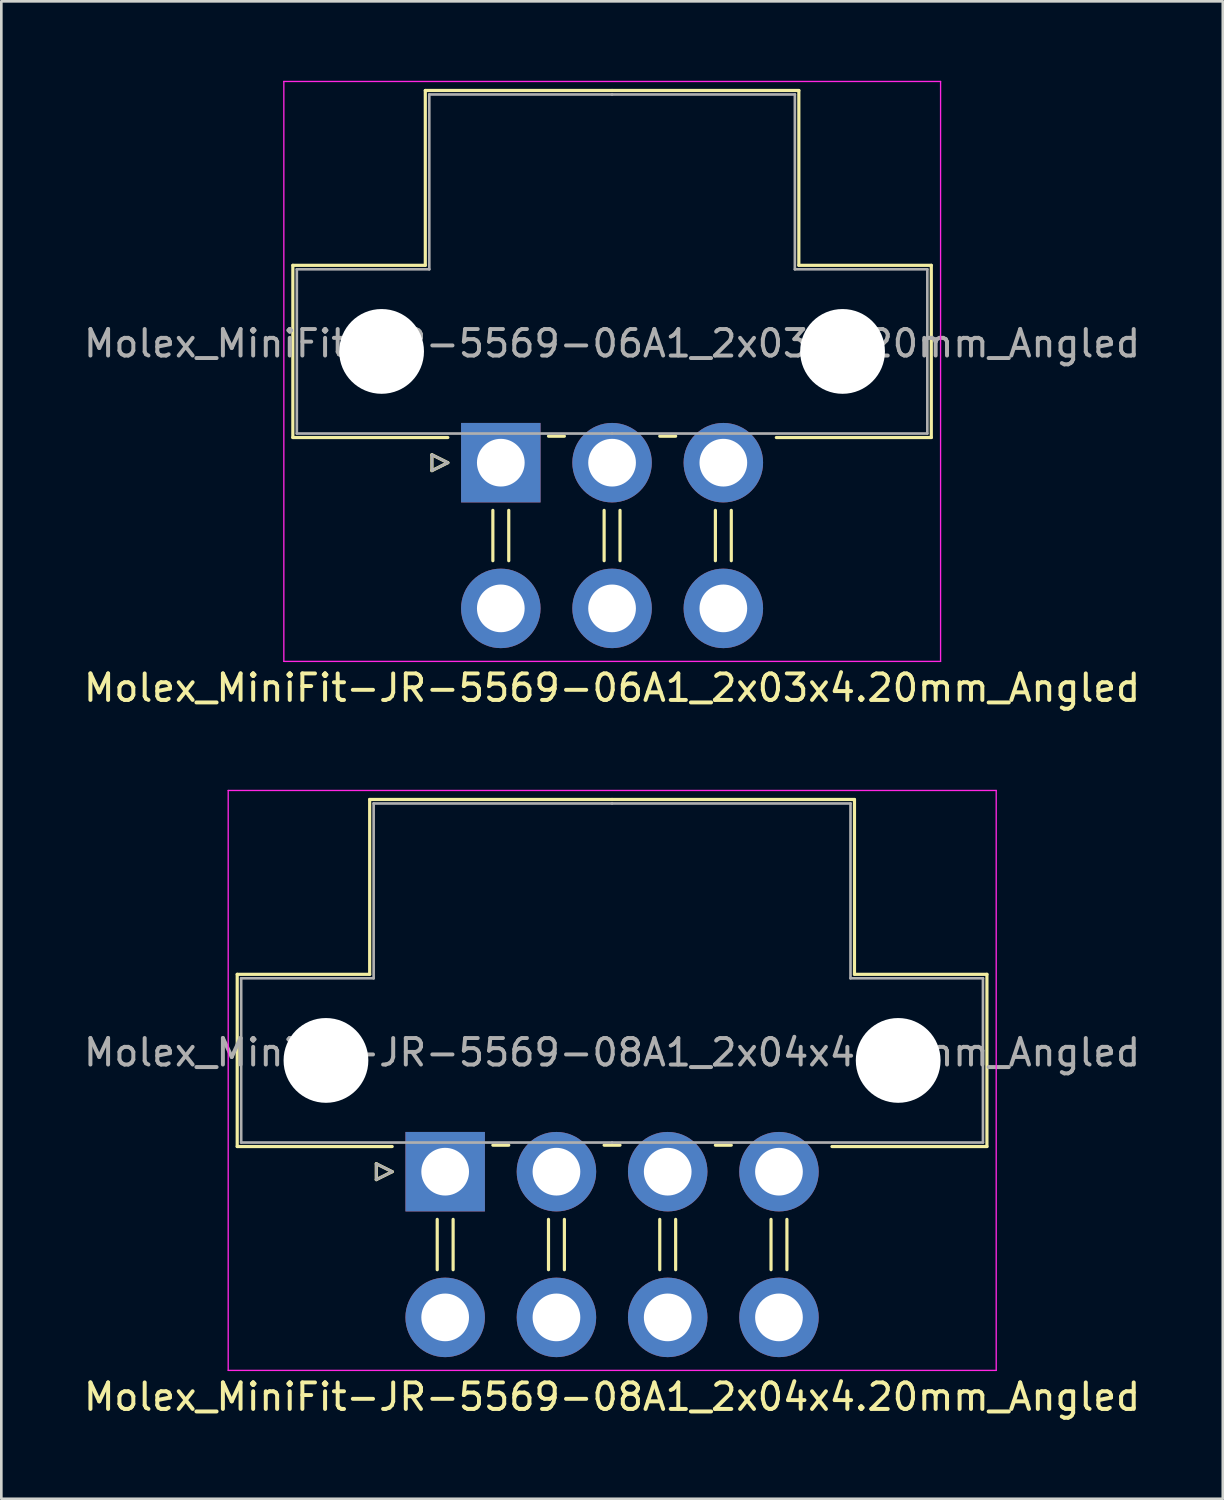
<source format=kicad_pcb>
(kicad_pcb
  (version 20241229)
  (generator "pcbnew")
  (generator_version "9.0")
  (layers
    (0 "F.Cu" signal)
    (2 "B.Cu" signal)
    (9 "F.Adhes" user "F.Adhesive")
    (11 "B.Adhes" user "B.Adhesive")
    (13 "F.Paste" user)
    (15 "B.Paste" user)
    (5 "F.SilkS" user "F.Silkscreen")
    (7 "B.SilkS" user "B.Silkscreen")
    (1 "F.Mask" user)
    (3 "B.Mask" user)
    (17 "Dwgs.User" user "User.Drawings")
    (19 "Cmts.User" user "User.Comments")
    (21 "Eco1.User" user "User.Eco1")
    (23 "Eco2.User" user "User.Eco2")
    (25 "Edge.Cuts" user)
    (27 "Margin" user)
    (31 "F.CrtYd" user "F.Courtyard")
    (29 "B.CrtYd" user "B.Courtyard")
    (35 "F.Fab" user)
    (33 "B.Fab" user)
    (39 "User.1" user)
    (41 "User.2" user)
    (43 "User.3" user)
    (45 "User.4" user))
  (footprint "Molex_MiniFit-JR-5569-06A1_2x03x4.20mm_Angled"
    (layer "F.Cu")
    (at 15.854 14.415)
    (property "Reference" "Molex_MiniFit-JR-5569-06A1_2x03x4.20mm_Angled" (at 4.2 8.5 0) (layer "F.SilkS") (effects (font (size 1 1) (thickness 0.15))))
    (attr through_hole)
    (fp_line (start -7.85 -7.45) (end -7.85 -0.95) (stroke (width 0.12) (type solid)) (layer "F.SilkS"))
    (fp_line (start -7.85 -0.95) (end -2 -0.95) (stroke (width 0.12) (type solid)) (layer "F.SilkS"))
    (fp_line (start -2.85 -14.05) (end -2.85 -7.45) (stroke (width 0.12) (type solid)) (layer "F.SilkS"))
    (fp_line (start -2.85 -7.45) (end -7.85 -7.45) (stroke (width 0.12) (type solid)) (layer "F.SilkS"))
    (fp_line (start -2.6 -0.3) (end -2 0) (stroke (width 0.12) (type solid)) (layer "F.SilkS"))
    (fp_line (start -2.6 0.3) (end -2.6 -0.3) (stroke (width 0.12) (type solid)) (layer "F.SilkS"))
    (fp_line (start -2 0) (end -2.6 0.3) (stroke (width 0.12) (type solid)) (layer "F.SilkS"))
    (fp_line (start -0.3 1.8) (end -0.3 3.7) (stroke (width 0.12) (type solid)) (layer "F.SilkS"))
    (fp_line (start 0.3 1.8) (end 0.3 3.7) (stroke (width 0.12) (type solid)) (layer "F.SilkS"))
    (fp_line (start 1.8 -1) (end 2.4 -1) (stroke (width 0.12) (type solid)) (layer "F.SilkS"))
    (fp_line (start 3.9 1.8) (end 3.9 3.7) (stroke (width 0.12) (type solid)) (layer "F.SilkS"))
    (fp_line (start 4.2 -14.05) (end -2.85 -14.05) (stroke (width 0.12) (type solid)) (layer "F.SilkS"))
    (fp_line (start 4.2 -14.05) (end 11.25 -14.05) (stroke (width 0.12) (type solid)) (layer "F.SilkS"))
    (fp_line (start 4.5 1.8) (end 4.5 3.7) (stroke (width 0.12) (type solid)) (layer "F.SilkS"))
    (fp_line (start 6 -1) (end 6.6 -1) (stroke (width 0.12) (type solid)) (layer "F.SilkS"))
    (fp_line (start 8.1 1.8) (end 8.1 3.7) (stroke (width 0.12) (type solid)) (layer "F.SilkS"))
    (fp_line (start 8.7 1.8) (end 8.7 3.7) (stroke (width 0.12) (type solid)) (layer "F.SilkS"))
    (fp_line (start 11.25 -14.05) (end 11.25 -7.45) (stroke (width 0.12) (type solid)) (layer "F.SilkS"))
    (fp_line (start 11.25 -7.45) (end 16.25 -7.45) (stroke (width 0.12) (type solid)) (layer "F.SilkS"))
    (fp_line (start 16.25 -7.45) (end 16.25 -0.95) (stroke (width 0.12) (type solid)) (layer "F.SilkS"))
    (fp_line (start 16.25 -0.95) (end 10.4 -0.95) (stroke (width 0.12) (type solid)) (layer "F.SilkS"))
    (fp_line (start -8.19 -14.39) (end -8.19 7.5) (stroke (width 0.05) (type solid)) (layer "F.CrtYd"))
    (fp_line (start -8.19 7.5) (end 16.6 7.5) (stroke (width 0.05) (type solid)) (layer "F.CrtYd"))
    (fp_line (start 16.6 -14.39) (end -8.19 -14.39) (stroke (width 0.05) (type solid)) (layer "F.CrtYd"))
    (fp_line (start 16.6 7.5) (end 16.6 -14.39) (stroke (width 0.05) (type solid)) (layer "F.CrtYd"))
    (fp_line (start -7.7 -7.3) (end -7.7 -1.1) (stroke (width 0.1) (type solid)) (layer "F.Fab"))
    (fp_line (start -7.7 -1.1) (end 4.2 -1.1) (stroke (width 0.1) (type solid)) (layer "F.Fab"))
    (fp_line (start -2.7 -13.9) (end -2.7 -7.3) (stroke (width 0.1) (type solid)) (layer "F.Fab"))
    (fp_line (start -2.7 -7.3) (end -7.7 -7.3) (stroke (width 0.1) (type solid)) (layer "F.Fab"))
    (fp_line (start -2.6 -0.3) (end -2 0) (stroke (width 0.1) (type solid)) (layer "F.Fab"))
    (fp_line (start -2.6 0.3) (end -2.6 -0.3) (stroke (width 0.1) (type solid)) (layer "F.Fab"))
    (fp_line (start -2 0) (end -2.6 0.3) (stroke (width 0.1) (type solid)) (layer "F.Fab"))
    (fp_line (start 4.2 -13.9) (end -2.7 -13.9) (stroke (width 0.1) (type solid)) (layer "F.Fab"))
    (fp_line (start 4.2 -13.9) (end 11.1 -13.9) (stroke (width 0.1) (type solid)) (layer "F.Fab"))
    (fp_line (start 11.1 -13.9) (end 11.1 -7.3) (stroke (width 0.1) (type solid)) (layer "F.Fab"))
    (fp_line (start 11.1 -7.3) (end 16.1 -7.3) (stroke (width 0.1) (type solid)) (layer "F.Fab"))
    (fp_line (start 16.1 -7.3) (end 16.1 -1.1) (stroke (width 0.1) (type solid)) (layer "F.Fab"))
    (fp_line (start 16.1 -1.1) (end 4.2 -1.1) (stroke (width 0.1) (type solid)) (layer "F.Fab"))
    (fp_text user "${REFERENCE}" (at 4.2 -4.5 0) (layer "F.Fab") (effects (font (size 1 1) (thickness 0.15))))
    (pad "" np_thru_hole circle (at -4.5 -4.2) (size 3.2 3.2) (drill 3.2) (layers "*.Cu" "*.Mask"))
    (pad "" np_thru_hole circle (at 12.9 -4.2) (size 3.2 3.2) (drill 3.2) (layers "*.Cu" "*.Mask"))
    (pad "1" thru_hole rect (at 0 0) (size 3 3) (drill 1.8) (layers "*.Cu" "*.Mask"))
    (pad "2" thru_hole circle (at 4.2 0) (size 3 3) (drill 1.8) (layers "*.Cu" "*.Mask"))
    (pad "3" thru_hole circle (at 8.4 0) (size 3 3) (drill 1.8) (layers "*.Cu" "*.Mask"))
    (pad "4" thru_hole circle (at 0 5.5) (size 3 3) (drill 1.8) (layers "*.Cu" "*.Mask"))
    (pad "5" thru_hole circle (at 4.2 5.5) (size 3 3) (drill 1.8) (layers "*.Cu" "*.Mask"))
    (pad "6" thru_hole circle (at 8.4 5.5) (size 3 3) (drill 1.8) (layers "*.Cu" "*.Mask")))
  (footprint "Molex_MiniFit-JR-5569-08A1_2x04x4.20mm_Angled"
    (layer "F.Cu")
    (at 13.754 41.178)
    (property "Reference" "Molex_MiniFit-JR-5569-08A1_2x04x4.20mm_Angled" (at 6.3 8.5 0) (layer "F.SilkS") (effects (font (size 1 1) (thickness 0.15))))
    (attr through_hole)
    (fp_line (start -7.85 -7.45) (end -7.85 -0.95) (stroke (width 0.12) (type solid)) (layer "F.SilkS"))
    (fp_line (start -7.85 -0.95) (end -2 -0.95) (stroke (width 0.12) (type solid)) (layer "F.SilkS"))
    (fp_line (start -2.85 -14.05) (end -2.85 -7.45) (stroke (width 0.12) (type solid)) (layer "F.SilkS"))
    (fp_line (start -2.85 -7.45) (end -7.85 -7.45) (stroke (width 0.12) (type solid)) (layer "F.SilkS"))
    (fp_line (start -2.6 -0.3) (end -2 0) (stroke (width 0.12) (type solid)) (layer "F.SilkS"))
    (fp_line (start -2.6 0.3) (end -2.6 -0.3) (stroke (width 0.12) (type solid)) (layer "F.SilkS"))
    (fp_line (start -2 0) (end -2.6 0.3) (stroke (width 0.12) (type solid)) (layer "F.SilkS"))
    (fp_line (start -0.3 1.8) (end -0.3 3.7) (stroke (width 0.12) (type solid)) (layer "F.SilkS"))
    (fp_line (start 0.3 1.8) (end 0.3 3.7) (stroke (width 0.12) (type solid)) (layer "F.SilkS"))
    (fp_line (start 1.8 -1) (end 2.4 -1) (stroke (width 0.12) (type solid)) (layer "F.SilkS"))
    (fp_line (start 3.9 1.8) (end 3.9 3.7) (stroke (width 0.12) (type solid)) (layer "F.SilkS"))
    (fp_line (start 4.5 1.8) (end 4.5 3.7) (stroke (width 0.12) (type solid)) (layer "F.SilkS"))
    (fp_line (start 6 -1) (end 6.6 -1) (stroke (width 0.12) (type solid)) (layer "F.SilkS"))
    (fp_line (start 6.3 -14.05) (end -2.85 -14.05) (stroke (width 0.12) (type solid)) (layer "F.SilkS"))
    (fp_line (start 6.3 -14.05) (end 15.45 -14.05) (stroke (width 0.12) (type solid)) (layer "F.SilkS"))
    (fp_line (start 8.1 1.8) (end 8.1 3.7) (stroke (width 0.12) (type solid)) (layer "F.SilkS"))
    (fp_line (start 8.7 1.8) (end 8.7 3.7) (stroke (width 0.12) (type solid)) (layer "F.SilkS"))
    (fp_line (start 10.2 -1) (end 10.8 -1) (stroke (width 0.12) (type solid)) (layer "F.SilkS"))
    (fp_line (start 12.3 1.8) (end 12.3 3.7) (stroke (width 0.12) (type solid)) (layer "F.SilkS"))
    (fp_line (start 12.9 1.8) (end 12.9 3.7) (stroke (width 0.12) (type solid)) (layer "F.SilkS"))
    (fp_line (start 15.45 -14.05) (end 15.45 -7.45) (stroke (width 0.12) (type solid)) (layer "F.SilkS"))
    (fp_line (start 15.45 -7.45) (end 20.45 -7.45) (stroke (width 0.12) (type solid)) (layer "F.SilkS"))
    (fp_line (start 20.45 -7.45) (end 20.45 -0.95) (stroke (width 0.12) (type solid)) (layer "F.SilkS"))
    (fp_line (start 20.45 -0.95) (end 14.6 -0.95) (stroke (width 0.12) (type solid)) (layer "F.SilkS"))
    (fp_line (start -8.19 -14.39) (end -8.19 7.5) (stroke (width 0.05) (type solid)) (layer "F.CrtYd"))
    (fp_line (start -8.19 7.5) (end 20.8 7.5) (stroke (width 0.05) (type solid)) (layer "F.CrtYd"))
    (fp_line (start 20.8 -14.39) (end -8.19 -14.39) (stroke (width 0.05) (type solid)) (layer "F.CrtYd"))
    (fp_line (start 20.8 7.5) (end 20.8 -14.39) (stroke (width 0.05) (type solid)) (layer "F.CrtYd"))
    (fp_line (start -7.7 -7.3) (end -7.7 -1.1) (stroke (width 0.1) (type solid)) (layer "F.Fab"))
    (fp_line (start -7.7 -1.1) (end 6.3 -1.1) (stroke (width 0.1) (type solid)) (layer "F.Fab"))
    (fp_line (start -2.7 -13.9) (end -2.7 -7.3) (stroke (width 0.1) (type solid)) (layer "F.Fab"))
    (fp_line (start -2.7 -7.3) (end -7.7 -7.3) (stroke (width 0.1) (type solid)) (layer "F.Fab"))
    (fp_line (start -2.6 -0.3) (end -2 0) (stroke (width 0.1) (type solid)) (layer "F.Fab"))
    (fp_line (start -2.6 0.3) (end -2.6 -0.3) (stroke (width 0.1) (type solid)) (layer "F.Fab"))
    (fp_line (start -2 0) (end -2.6 0.3) (stroke (width 0.1) (type solid)) (layer "F.Fab"))
    (fp_line (start 6.3 -13.9) (end -2.7 -13.9) (stroke (width 0.1) (type solid)) (layer "F.Fab"))
    (fp_line (start 6.3 -13.9) (end 15.3 -13.9) (stroke (width 0.1) (type solid)) (layer "F.Fab"))
    (fp_line (start 15.3 -13.9) (end 15.3 -7.3) (stroke (width 0.1) (type solid)) (layer "F.Fab"))
    (fp_line (start 15.3 -7.3) (end 20.3 -7.3) (stroke (width 0.1) (type solid)) (layer "F.Fab"))
    (fp_line (start 20.3 -7.3) (end 20.3 -1.1) (stroke (width 0.1) (type solid)) (layer "F.Fab"))
    (fp_line (start 20.3 -1.1) (end 6.3 -1.1) (stroke (width 0.1) (type solid)) (layer "F.Fab"))
    (fp_text user "${REFERENCE}" (at 6.3 -4.5 0) (layer "F.Fab") (effects (font (size 1 1) (thickness 0.15))))
    (pad "" np_thru_hole circle (at -4.5 -4.2) (size 3.2 3.2) (drill 3.2) (layers "*.Cu" "*.Mask"))
    (pad "" np_thru_hole circle (at 17.1 -4.2) (size 3.2 3.2) (drill 3.2) (layers "*.Cu" "*.Mask"))
    (pad "1" thru_hole rect (at 0 0) (size 3 3) (drill 1.8) (layers "*.Cu" "*.Mask"))
    (pad "2" thru_hole circle (at 4.2 0) (size 3 3) (drill 1.8) (layers "*.Cu" "*.Mask"))
    (pad "3" thru_hole circle (at 8.4 0) (size 3 3) (drill 1.8) (layers "*.Cu" "*.Mask"))
    (pad "4" thru_hole circle (at 12.6 0) (size 3 3) (drill 1.8) (layers "*.Cu" "*.Mask"))
    (pad "5" thru_hole circle (at 0 5.5) (size 3 3) (drill 1.8) (layers "*.Cu" "*.Mask"))
    (pad "6" thru_hole circle (at 4.2 5.5) (size 3 3) (drill 1.8) (layers "*.Cu" "*.Mask"))
    (pad "7" thru_hole circle (at 8.4 5.5) (size 3 3) (drill 1.8) (layers "*.Cu" "*.Mask"))
    (pad "8" thru_hole circle (at 12.6 5.5) (size 3 3) (drill 1.8) (layers "*.Cu" "*.Mask")))
  (gr_rect
    (start -3 -3)
    (end 43.107 53.526)
    (stroke (width 0.1) (type default))
    (fill no)
    (layer "Edge.Cuts")))
</source>
